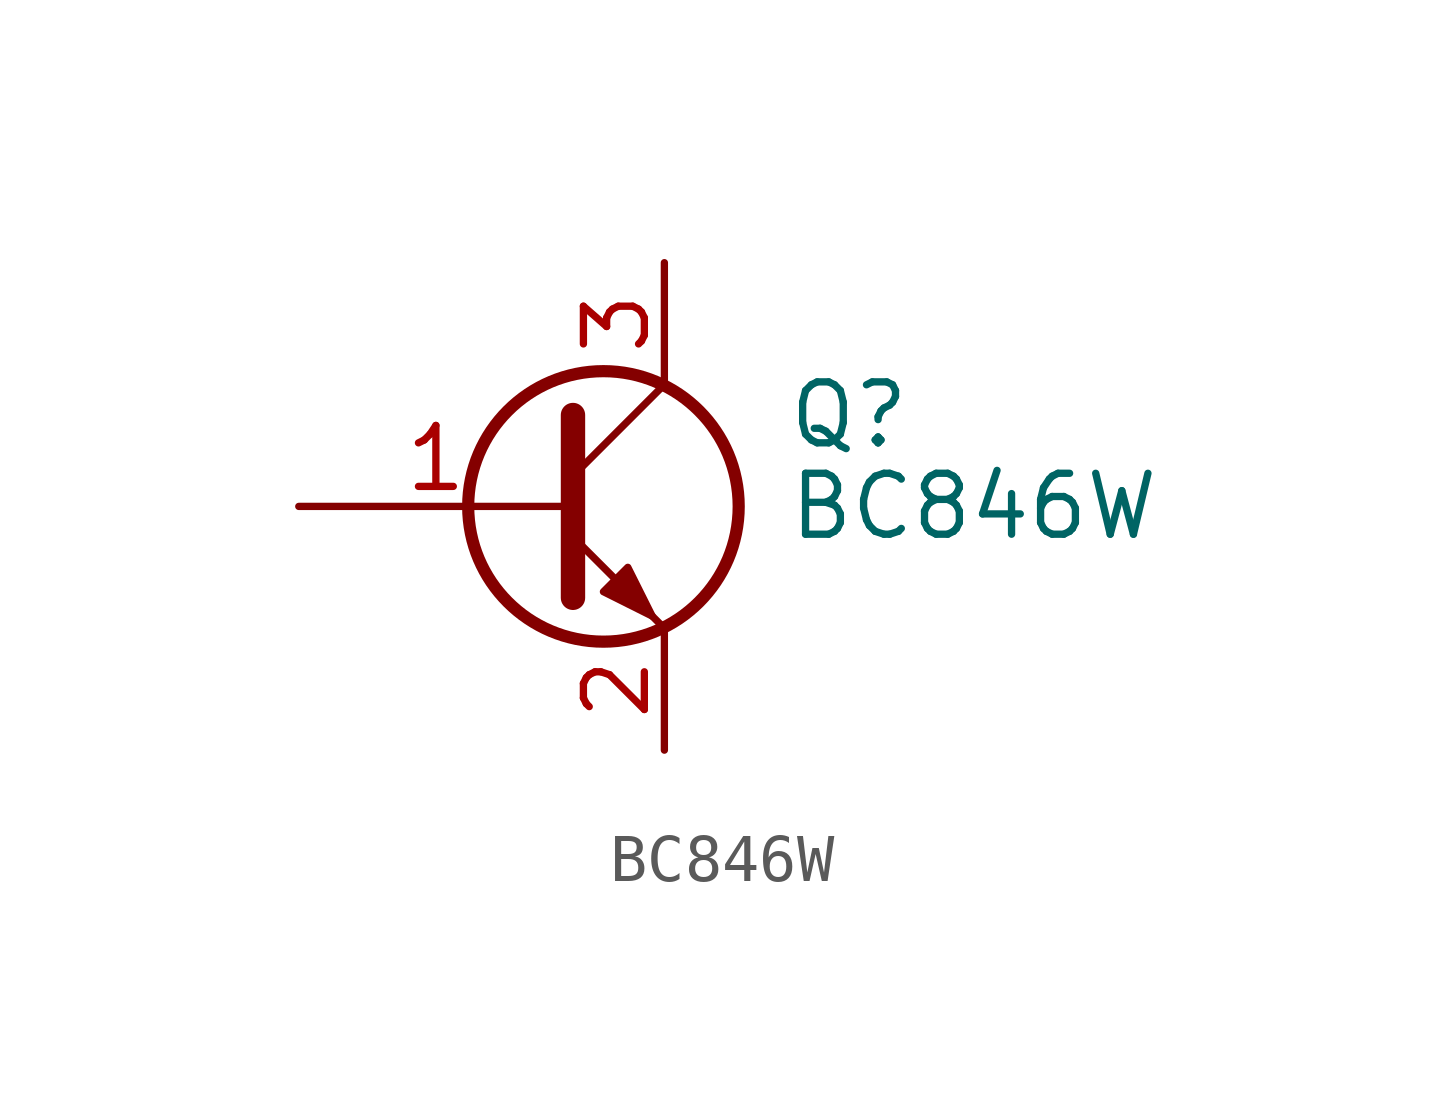
<source format=kicad_sym>
(kicad_symbol_lib
  (version 20231120)
  (generator "kicad_symbol_editor")
  (generator_version "8.0")
  (symbol "BC846W"
    (pin_names
      (offset 0) hide)
    (property "Reference" "Q"
      (at 5.08 1.905 0)
      (effects (font (size 1.27 1.27)) (justify left)))
    (property "Value" "BC846W"
      (at 5.08 0 0)
      (effects (font (size 1.27 1.27)) (justify left)))
    (symbol "BC846W_0_1"
      (polyline (pts (xy 0.635 0.635) (xy 2.54 2.54)) (stroke (width 0) (type default)) (fill (type none)))
      (polyline (pts (xy 0.635 -0.635) (xy 2.54 -2.54) (xy 2.54 -2.54)) (stroke (width 0) (type default)) (fill (type none)))
      (polyline (pts (xy 0.635 1.905) (xy 0.635 -1.905) (xy 0.635 -1.905)) (stroke (width 0.508) (type default)) (fill (type none)))
      (polyline (pts (xy 1.27 -1.778) (xy 1.778 -1.27) (xy 2.286 -2.286) (xy 1.27 -1.778) (xy 1.27 -1.778)) (stroke (width 0) (type default)) (fill (type outline)))
      (circle (center 1.27 0) (radius 2.819) (stroke (width 0.254) (type default)) (fill (type none))))
    (symbol "BC846W_1_1"
      (pin input line (at -5.08 0 0) (length 5.715) (name "B" (effects (font (size 1.27 1.27)))) (number "1" (effects (font (size 1.27 1.27)))))
      (pin passive line (at 2.54 -5.08 90) (length 2.54) (name "E" (effects (font (size 1.27 1.27)))) (number "2" (effects (font (size 1.27 1.27)))))
      (pin passive line (at 2.54 5.08 270) (length 2.54) (name "C" (effects (font (size 1.27 1.27)))) (number "3" (effects (font (size 1.27 1.27))))))))
</source>
